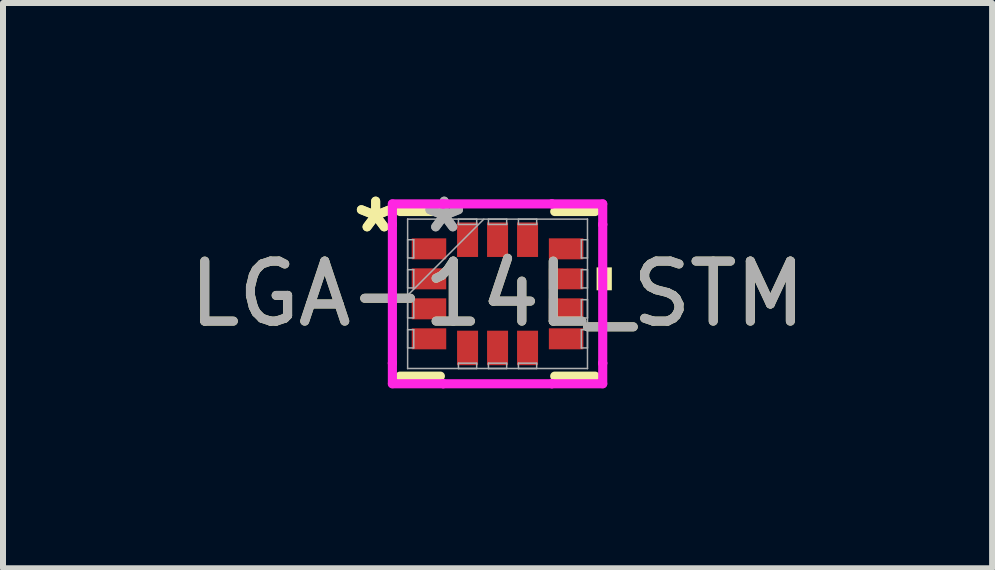
<source format=kicad_pcb>
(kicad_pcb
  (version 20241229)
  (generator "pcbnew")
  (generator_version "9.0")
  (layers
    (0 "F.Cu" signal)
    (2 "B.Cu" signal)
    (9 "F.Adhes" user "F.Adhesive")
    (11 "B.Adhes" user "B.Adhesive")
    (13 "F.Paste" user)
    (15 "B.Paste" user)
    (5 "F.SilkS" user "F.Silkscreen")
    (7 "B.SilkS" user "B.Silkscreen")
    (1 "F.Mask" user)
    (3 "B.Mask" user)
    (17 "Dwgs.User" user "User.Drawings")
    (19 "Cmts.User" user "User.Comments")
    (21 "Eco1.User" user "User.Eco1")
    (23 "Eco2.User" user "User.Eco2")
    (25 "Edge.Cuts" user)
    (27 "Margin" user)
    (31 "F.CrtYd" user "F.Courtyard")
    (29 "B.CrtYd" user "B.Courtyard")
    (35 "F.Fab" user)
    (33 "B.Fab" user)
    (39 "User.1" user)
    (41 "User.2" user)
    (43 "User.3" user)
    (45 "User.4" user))
  (footprint "LGA-14L_STM"
    (layer "F.Cu")
    (at 5.244 1.848)
    (property "Reference" "LGA-14L_STM" (at 0 0 0) (unlocked yes) (layer "F.SilkS") (effects (font (size 1 1) (thickness 0.15))))
    (attr smd)
    (fp_line (start -1.626 1.372) (end -0.953 1.372) (stroke (width 0.152) (type solid)) (layer "F.SilkS"))
    (fp_line (start -0.953 -1.372) (end -1.626 -1.372) (stroke (width 0.152) (type solid)) (layer "F.SilkS"))
    (fp_line (start 0.953 1.372) (end 1.626 1.372) (stroke (width 0.152) (type solid)) (layer "F.SilkS"))
    (fp_line (start 1.626 -1.372) (end 0.953 -1.372) (stroke (width 0.152) (type solid)) (layer "F.SilkS"))
    (fp_poly (pts (xy 1.905 -0.441) (xy 1.905 -0.059) (xy 1.651 -0.059) (xy 1.651 -0.441)) (stroke (width 0) (type solid)) (fill yes) (layer "F.SilkS"))
    (fp_line (start -1.753 -1.499) (end -0.906 -1.499) (stroke (width 0.152) (type solid)) (layer "F.CrtYd"))
    (fp_line (start -1.753 -1.156) (end -1.753 -1.499) (stroke (width 0.152) (type solid)) (layer "F.CrtYd"))
    (fp_line (start -1.753 -1.156) (end -1.753 -1.156) (stroke (width 0.152) (type solid)) (layer "F.CrtYd"))
    (fp_line (start -1.753 1.156) (end -1.753 -1.156) (stroke (width 0.152) (type solid)) (layer "F.CrtYd"))
    (fp_line (start -1.753 1.156) (end -1.753 1.156) (stroke (width 0.152) (type solid)) (layer "F.CrtYd"))
    (fp_line (start -1.753 1.499) (end -1.753 1.156) (stroke (width 0.152) (type solid)) (layer "F.CrtYd"))
    (fp_line (start -0.906 -1.499) (end -0.906 -1.499) (stroke (width 0.152) (type solid)) (layer "F.CrtYd"))
    (fp_line (start -0.906 -1.499) (end 0.906 -1.499) (stroke (width 0.152) (type solid)) (layer "F.CrtYd"))
    (fp_line (start -0.906 1.499) (end -1.753 1.499) (stroke (width 0.152) (type solid)) (layer "F.CrtYd"))
    (fp_line (start -0.906 1.499) (end -0.906 1.499) (stroke (width 0.152) (type solid)) (layer "F.CrtYd"))
    (fp_line (start 0.906 -1.499) (end 0.906 -1.499) (stroke (width 0.152) (type solid)) (layer "F.CrtYd"))
    (fp_line (start 0.906 -1.499) (end 1.753 -1.499) (stroke (width 0.152) (type solid)) (layer "F.CrtYd"))
    (fp_line (start 0.906 1.499) (end -0.906 1.499) (stroke (width 0.152) (type solid)) (layer "F.CrtYd"))
    (fp_line (start 0.906 1.499) (end 0.906 1.499) (stroke (width 0.152) (type solid)) (layer "F.CrtYd"))
    (fp_line (start 1.753 -1.499) (end 1.753 -1.156) (stroke (width 0.152) (type solid)) (layer "F.CrtYd"))
    (fp_line (start 1.753 -1.156) (end 1.753 -1.156) (stroke (width 0.152) (type solid)) (layer "F.CrtYd"))
    (fp_line (start 1.753 -1.156) (end 1.753 1.156) (stroke (width 0.152) (type solid)) (layer "F.CrtYd"))
    (fp_line (start 1.753 1.156) (end 1.753 1.156) (stroke (width 0.152) (type solid)) (layer "F.CrtYd"))
    (fp_line (start 1.753 1.156) (end 1.753 1.499) (stroke (width 0.152) (type solid)) (layer "F.CrtYd"))
    (fp_line (start 1.753 1.499) (end 0.906 1.499) (stroke (width 0.152) (type solid)) (layer "F.CrtYd"))
    (fp_line (start -1.499 -1.245) (end -1.499 -1.245) (stroke (width 0.025) (type solid)) (layer "F.Fab"))
    (fp_line (start -1.499 -1.245) (end -1.499 1.245) (stroke (width 0.025) (type solid)) (layer "F.Fab"))
    (fp_line (start -1.499 -0.902) (end -1.397 -0.902) (stroke (width 0.025) (type solid)) (layer "F.Fab"))
    (fp_line (start -1.499 -0.598) (end -1.499 -0.902) (stroke (width 0.025) (type solid)) (layer "F.Fab"))
    (fp_line (start -1.499 -0.402) (end -1.397 -0.402) (stroke (width 0.025) (type solid)) (layer "F.Fab"))
    (fp_line (start -1.499 -0.098) (end -1.499 -0.402) (stroke (width 0.025) (type solid)) (layer "F.Fab"))
    (fp_line (start -1.499 0.025) (end -0.229 -1.245) (stroke (width 0.025) (type solid)) (layer "F.Fab"))
    (fp_line (start -1.499 0.098) (end -1.397 0.098) (stroke (width 0.025) (type solid)) (layer "F.Fab"))
    (fp_line (start -1.499 0.402) (end -1.499 0.098) (stroke (width 0.025) (type solid)) (layer "F.Fab"))
    (fp_line (start -1.499 0.598) (end -1.397 0.598) (stroke (width 0.025) (type solid)) (layer "F.Fab"))
    (fp_line (start -1.499 0.902) (end -1.499 0.598) (stroke (width 0.025) (type solid)) (layer "F.Fab"))
    (fp_line (start -1.499 1.245) (end -1.499 1.245) (stroke (width 0.025) (type solid)) (layer "F.Fab"))
    (fp_line (start -1.499 1.245) (end 1.499 1.245) (stroke (width 0.025) (type solid)) (layer "F.Fab"))
    (fp_line (start -1.397 -0.902) (end -1.397 -0.598) (stroke (width 0.025) (type solid)) (layer "F.Fab"))
    (fp_line (start -1.397 -0.598) (end -1.499 -0.598) (stroke (width 0.025) (type solid)) (layer "F.Fab"))
    (fp_line (start -1.397 -0.402) (end -1.397 -0.098) (stroke (width 0.025) (type solid)) (layer "F.Fab"))
    (fp_line (start -1.397 -0.098) (end -1.499 -0.098) (stroke (width 0.025) (type solid)) (layer "F.Fab"))
    (fp_line (start -1.397 0.098) (end -1.397 0.402) (stroke (width 0.025) (type solid)) (layer "F.Fab"))
    (fp_line (start -1.397 0.402) (end -1.499 0.402) (stroke (width 0.025) (type solid)) (layer "F.Fab"))
    (fp_line (start -1.397 0.598) (end -1.397 0.902) (stroke (width 0.025) (type solid)) (layer "F.Fab"))
    (fp_line (start -1.397 0.902) (end -1.499 0.902) (stroke (width 0.025) (type solid)) (layer "F.Fab"))
    (fp_line (start -0.652 -1.245) (end -0.348 -1.245) (stroke (width 0.025) (type solid)) (layer "F.Fab"))
    (fp_line (start -0.652 -1.156) (end -0.652 -1.245) (stroke (width 0.025) (type solid)) (layer "F.Fab"))
    (fp_line (start -0.652 1.156) (end -0.348 1.156) (stroke (width 0.025) (type solid)) (layer "F.Fab"))
    (fp_line (start -0.652 1.245) (end -0.652 1.156) (stroke (width 0.025) (type solid)) (layer "F.Fab"))
    (fp_line (start -0.348 -1.245) (end -0.348 -1.156) (stroke (width 0.025) (type solid)) (layer "F.Fab"))
    (fp_line (start -0.348 -1.156) (end -0.652 -1.156) (stroke (width 0.025) (type solid)) (layer "F.Fab"))
    (fp_line (start -0.348 1.156) (end -0.348 1.245) (stroke (width 0.025) (type solid)) (layer "F.Fab"))
    (fp_line (start -0.348 1.245) (end -0.652 1.245) (stroke (width 0.025) (type solid)) (layer "F.Fab"))
    (fp_line (start -0.152 -1.245) (end 0.152 -1.245) (stroke (width 0.025) (type solid)) (layer "F.Fab"))
    (fp_line (start -0.152 -1.156) (end -0.152 -1.245) (stroke (width 0.025) (type solid)) (layer "F.Fab"))
    (fp_line (start -0.152 1.156) (end 0.152 1.156) (stroke (width 0.025) (type solid)) (layer "F.Fab"))
    (fp_line (start -0.152 1.245) (end -0.152 1.156) (stroke (width 0.025) (type solid)) (layer "F.Fab"))
    (fp_line (start 0.152 -1.245) (end 0.152 -1.156) (stroke (width 0.025) (type solid)) (layer "F.Fab"))
    (fp_line (start 0.152 -1.156) (end -0.152 -1.156) (stroke (width 0.025) (type solid)) (layer "F.Fab"))
    (fp_line (start 0.152 1.156) (end 0.152 1.245) (stroke (width 0.025) (type solid)) (layer "F.Fab"))
    (fp_line (start 0.152 1.245) (end -0.152 1.245) (stroke (width 0.025) (type solid)) (layer "F.Fab"))
    (fp_line (start 0.348 -1.245) (end 0.652 -1.245) (stroke (width 0.025) (type solid)) (layer "F.Fab"))
    (fp_line (start 0.348 -1.156) (end 0.348 -1.245) (stroke (width 0.025) (type solid)) (layer "F.Fab"))
    (fp_line (start 0.348 1.156) (end 0.652 1.156) (stroke (width 0.025) (type solid)) (layer "F.Fab"))
    (fp_line (start 0.348 1.245) (end 0.348 1.156) (stroke (width 0.025) (type solid)) (layer "F.Fab"))
    (fp_line (start 0.652 -1.245) (end 0.652 -1.156) (stroke (width 0.025) (type solid)) (layer "F.Fab"))
    (fp_line (start 0.652 -1.156) (end 0.348 -1.156) (stroke (width 0.025) (type solid)) (layer "F.Fab"))
    (fp_line (start 0.652 1.156) (end 0.652 1.245) (stroke (width 0.025) (type solid)) (layer "F.Fab"))
    (fp_line (start 0.652 1.245) (end 0.348 1.245) (stroke (width 0.025) (type solid)) (layer "F.Fab"))
    (fp_line (start 1.397 -0.902) (end 1.499 -0.902) (stroke (width 0.025) (type solid)) (layer "F.Fab"))
    (fp_line (start 1.397 -0.598) (end 1.397 -0.902) (stroke (width 0.025) (type solid)) (layer "F.Fab"))
    (fp_line (start 1.397 -0.402) (end 1.499 -0.402) (stroke (width 0.025) (type solid)) (layer "F.Fab"))
    (fp_line (start 1.397 -0.098) (end 1.397 -0.402) (stroke (width 0.025) (type solid)) (layer "F.Fab"))
    (fp_line (start 1.397 0.098) (end 1.499 0.098) (stroke (width 0.025) (type solid)) (layer "F.Fab"))
    (fp_line (start 1.397 0.402) (end 1.397 0.098) (stroke (width 0.025) (type solid)) (layer "F.Fab"))
    (fp_line (start 1.397 0.598) (end 1.499 0.598) (stroke (width 0.025) (type solid)) (layer "F.Fab"))
    (fp_line (start 1.397 0.902) (end 1.397 0.598) (stroke (width 0.025) (type solid)) (layer "F.Fab"))
    (fp_line (start 1.499 -1.245) (end -1.499 -1.245) (stroke (width 0.025) (type solid)) (layer "F.Fab"))
    (fp_line (start 1.499 -1.245) (end 1.499 -1.245) (stroke (width 0.025) (type solid)) (layer "F.Fab"))
    (fp_line (start 1.499 -0.902) (end 1.499 -0.598) (stroke (width 0.025) (type solid)) (layer "F.Fab"))
    (fp_line (start 1.499 -0.598) (end 1.397 -0.598) (stroke (width 0.025) (type solid)) (layer "F.Fab"))
    (fp_line (start 1.499 -0.402) (end 1.499 -0.098) (stroke (width 0.025) (type solid)) (layer "F.Fab"))
    (fp_line (start 1.499 -0.098) (end 1.397 -0.098) (stroke (width 0.025) (type solid)) (layer "F.Fab"))
    (fp_line (start 1.499 0.098) (end 1.499 0.402) (stroke (width 0.025) (type solid)) (layer "F.Fab"))
    (fp_line (start 1.499 0.402) (end 1.397 0.402) (stroke (width 0.025) (type solid)) (layer "F.Fab"))
    (fp_line (start 1.499 0.598) (end 1.499 0.902) (stroke (width 0.025) (type solid)) (layer "F.Fab"))
    (fp_line (start 1.499 0.902) (end 1.397 0.902) (stroke (width 0.025) (type solid)) (layer "F.Fab"))
    (fp_line (start 1.499 1.245) (end 1.499 -1.245) (stroke (width 0.025) (type solid)) (layer "F.Fab"))
    (fp_line (start 1.499 1.245) (end 1.499 1.245) (stroke (width 0.025) (type solid)) (layer "F.Fab"))
    (fp_text user "*" (at -2.032 -1 0) (layer "F.SilkS") (effects (font (size 1 1) (thickness 0.15))))
    (fp_text user "*" (at -2.032 -1 0) (unlocked yes) (layer "F.SilkS") (effects (font (size 1 1) (thickness 0.15))))
    (fp_text user "*" (at -0.889 -1 0) (unlocked yes) (layer "F.Fab") (effects (font (size 1 1) (thickness 0.15))))
    (fp_text user "*" (at -0.889 -1 0) (layer "F.Fab") (effects (font (size 1 1) (thickness 0.15))))
    (fp_text user "${REFERENCE}" (at 0 0 0) (unlocked yes) (layer "F.Fab") (effects (font (size 1 1) (thickness 0.15))))
    (pad "1" smd rect (at -1.143 -0.75 90) (size 0.35 0.575) (layers "F.Cu" "F.Mask" "F.Paste"))
    (pad "2" smd rect (at -1.143 -0.25 90) (size 0.35 0.575) (layers "F.Cu" "F.Mask" "F.Paste"))
    (pad "3" smd rect (at -1.143 0.25 90) (size 0.35 0.575) (layers "F.Cu" "F.Mask" "F.Paste"))
    (pad "4" smd rect (at -1.143 0.75 90) (size 0.35 0.575) (layers "F.Cu" "F.Mask" "F.Paste"))
    (pad "5" smd rect (at -0.5 0.902) (size 0.35 0.575) (layers "F.Cu" "F.Mask" "F.Paste"))
    (pad "6" smd rect (at 0 0.902) (size 0.35 0.575) (layers "F.Cu" "F.Mask" "F.Paste"))
    (pad "7" smd rect (at 0.5 0.902) (size 0.35 0.575) (layers "F.Cu" "F.Mask" "F.Paste"))
    (pad "8" smd rect (at 1.143 0.75 90) (size 0.35 0.575) (layers "F.Cu" "F.Mask" "F.Paste"))
    (pad "9" smd rect (at 1.143 0.25 90) (size 0.35 0.575) (layers "F.Cu" "F.Mask" "F.Paste"))
    (pad "10" smd rect (at 1.143 -0.25 90) (size 0.35 0.575) (layers "F.Cu" "F.Mask" "F.Paste"))
    (pad "11" smd rect (at 1.143 -0.75 90) (size 0.35 0.575) (layers "F.Cu" "F.Mask" "F.Paste"))
    (pad "12" smd rect (at 0.5 -0.902) (size 0.35 0.575) (layers "F.Cu" "F.Mask" "F.Paste"))
    (pad "13" smd rect (at 0 -0.902) (size 0.35 0.575) (layers "F.Cu" "F.Mask" "F.Paste"))
    (pad "14" smd rect (at -0.5 -0.902) (size 0.35 0.575) (layers "F.Cu" "F.Mask" "F.Paste")))
  (gr_rect
    (start -3 -3)
    (end 13.488 6.423)
    (stroke (width 0.1) (type default))
    (fill no)
    (layer "Edge.Cuts")))
</source>
